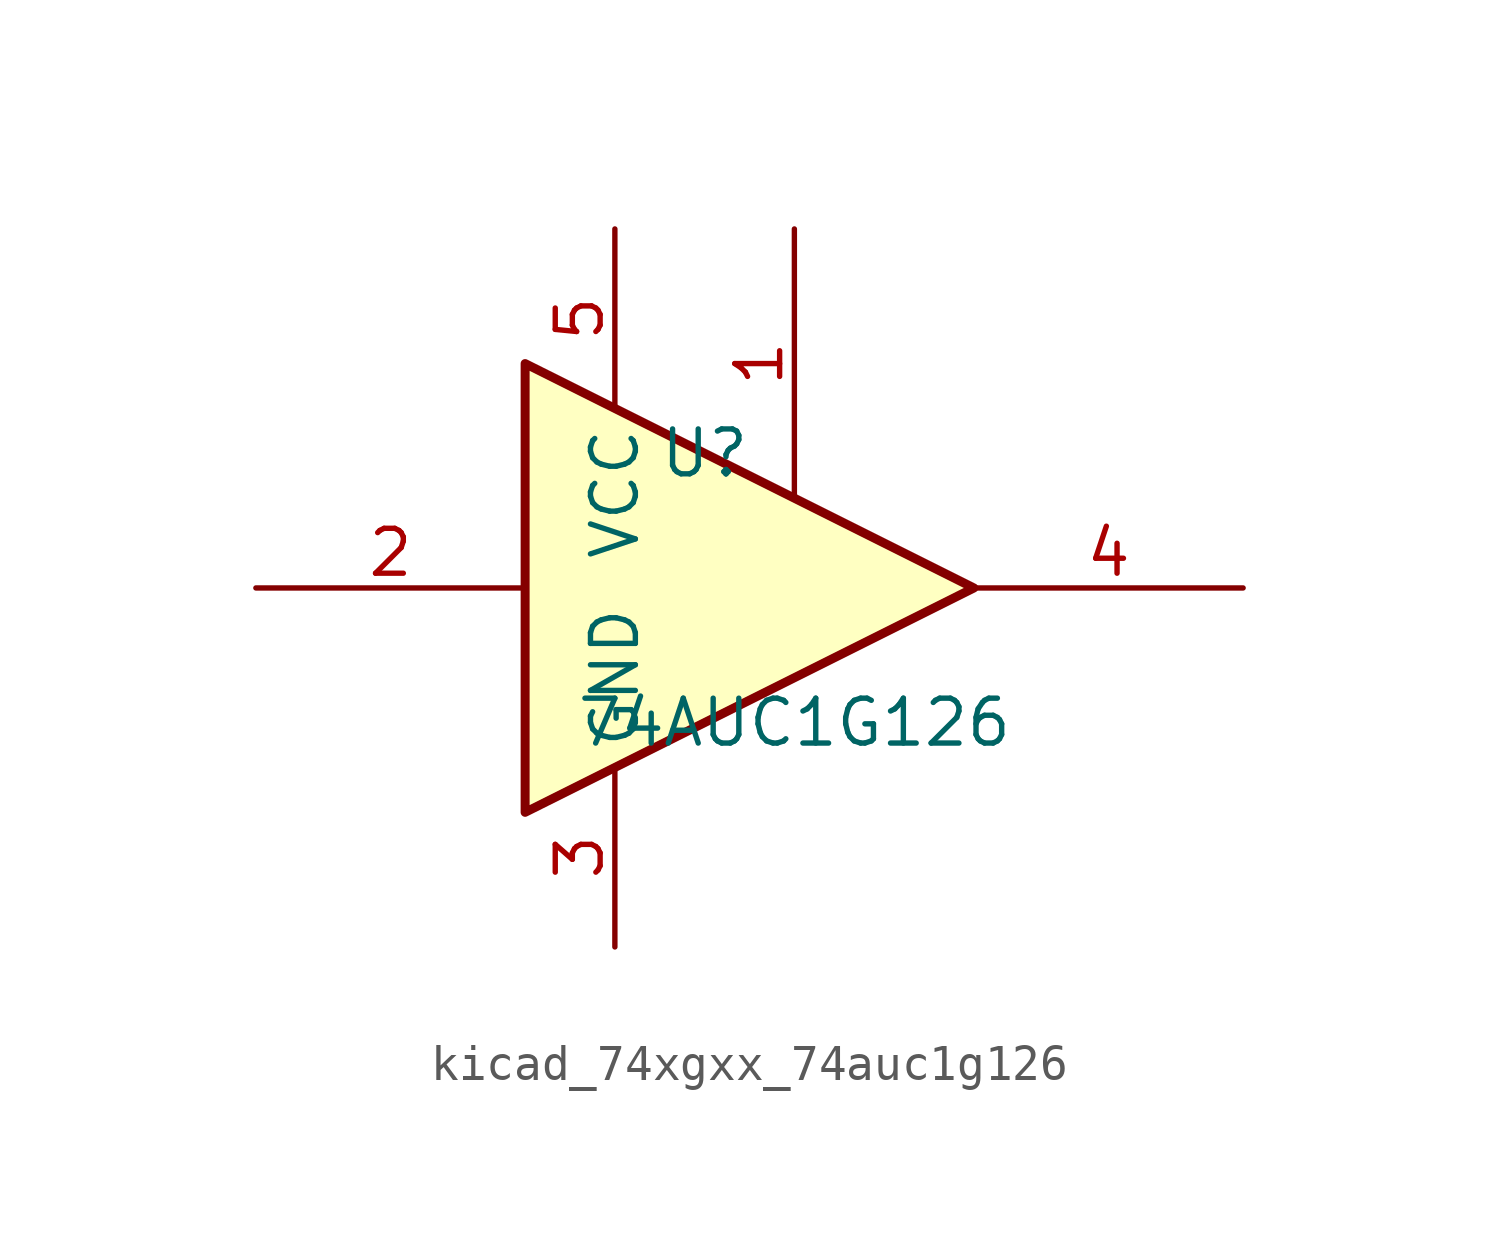
<source format=kicad_sym>
(kicad_symbol_lib
  (version 20220914)
  (generator kicad_symbol_editor)
  (symbol "kicad_74xgxx_74auc1g126"
    (property "Reference" "U"
      (at -2.54 3.81 0)
      (effects (font (size 1.27 1.27))))
    (property "Value" "74AUC1G126"
      (at 0 -3.81 0)
      (effects (font (size 1.27 1.27))))
    (symbol "kicad_74xgxx_74auc1g126_0_1"
      (polyline (pts (xy -7.62 6.35) (xy -7.62 -6.35) (xy 5.08 0) (xy -7.62 6.35)) (stroke (width 0.254) (type default)) (fill (type background))))
    (symbol "kicad_74xgxx_74auc1g126_1_1"
      (pin input line (at 0 10.16 270) (length 7.62) (name "~" (effects (font (size 1.27 1.27)))) (number "1" (effects (font (size 1.27 1.27)))))
      (pin input line (at -15.24 0 0) (length 7.62) (name "~" (effects (font (size 1.27 1.27)))) (number "2" (effects (font (size 1.27 1.27)))))
      (pin power_in line (at -5.08 -10.16 90) (length 5.08) (name "GND" (effects (font (size 1.27 1.27)))) (number "3" (effects (font (size 1.27 1.27)))))
      (pin tri_state line (at 12.7 0 180) (length 7.62) (name "~" (effects (font (size 1.27 1.27)))) (number "4" (effects (font (size 1.27 1.27)))))
      (pin power_in line (at -5.08 10.16 270) (length 5.08) (name "VCC" (effects (font (size 1.27 1.27)))) (number "5" (effects (font (size 1.27 1.27))))))))
</source>
